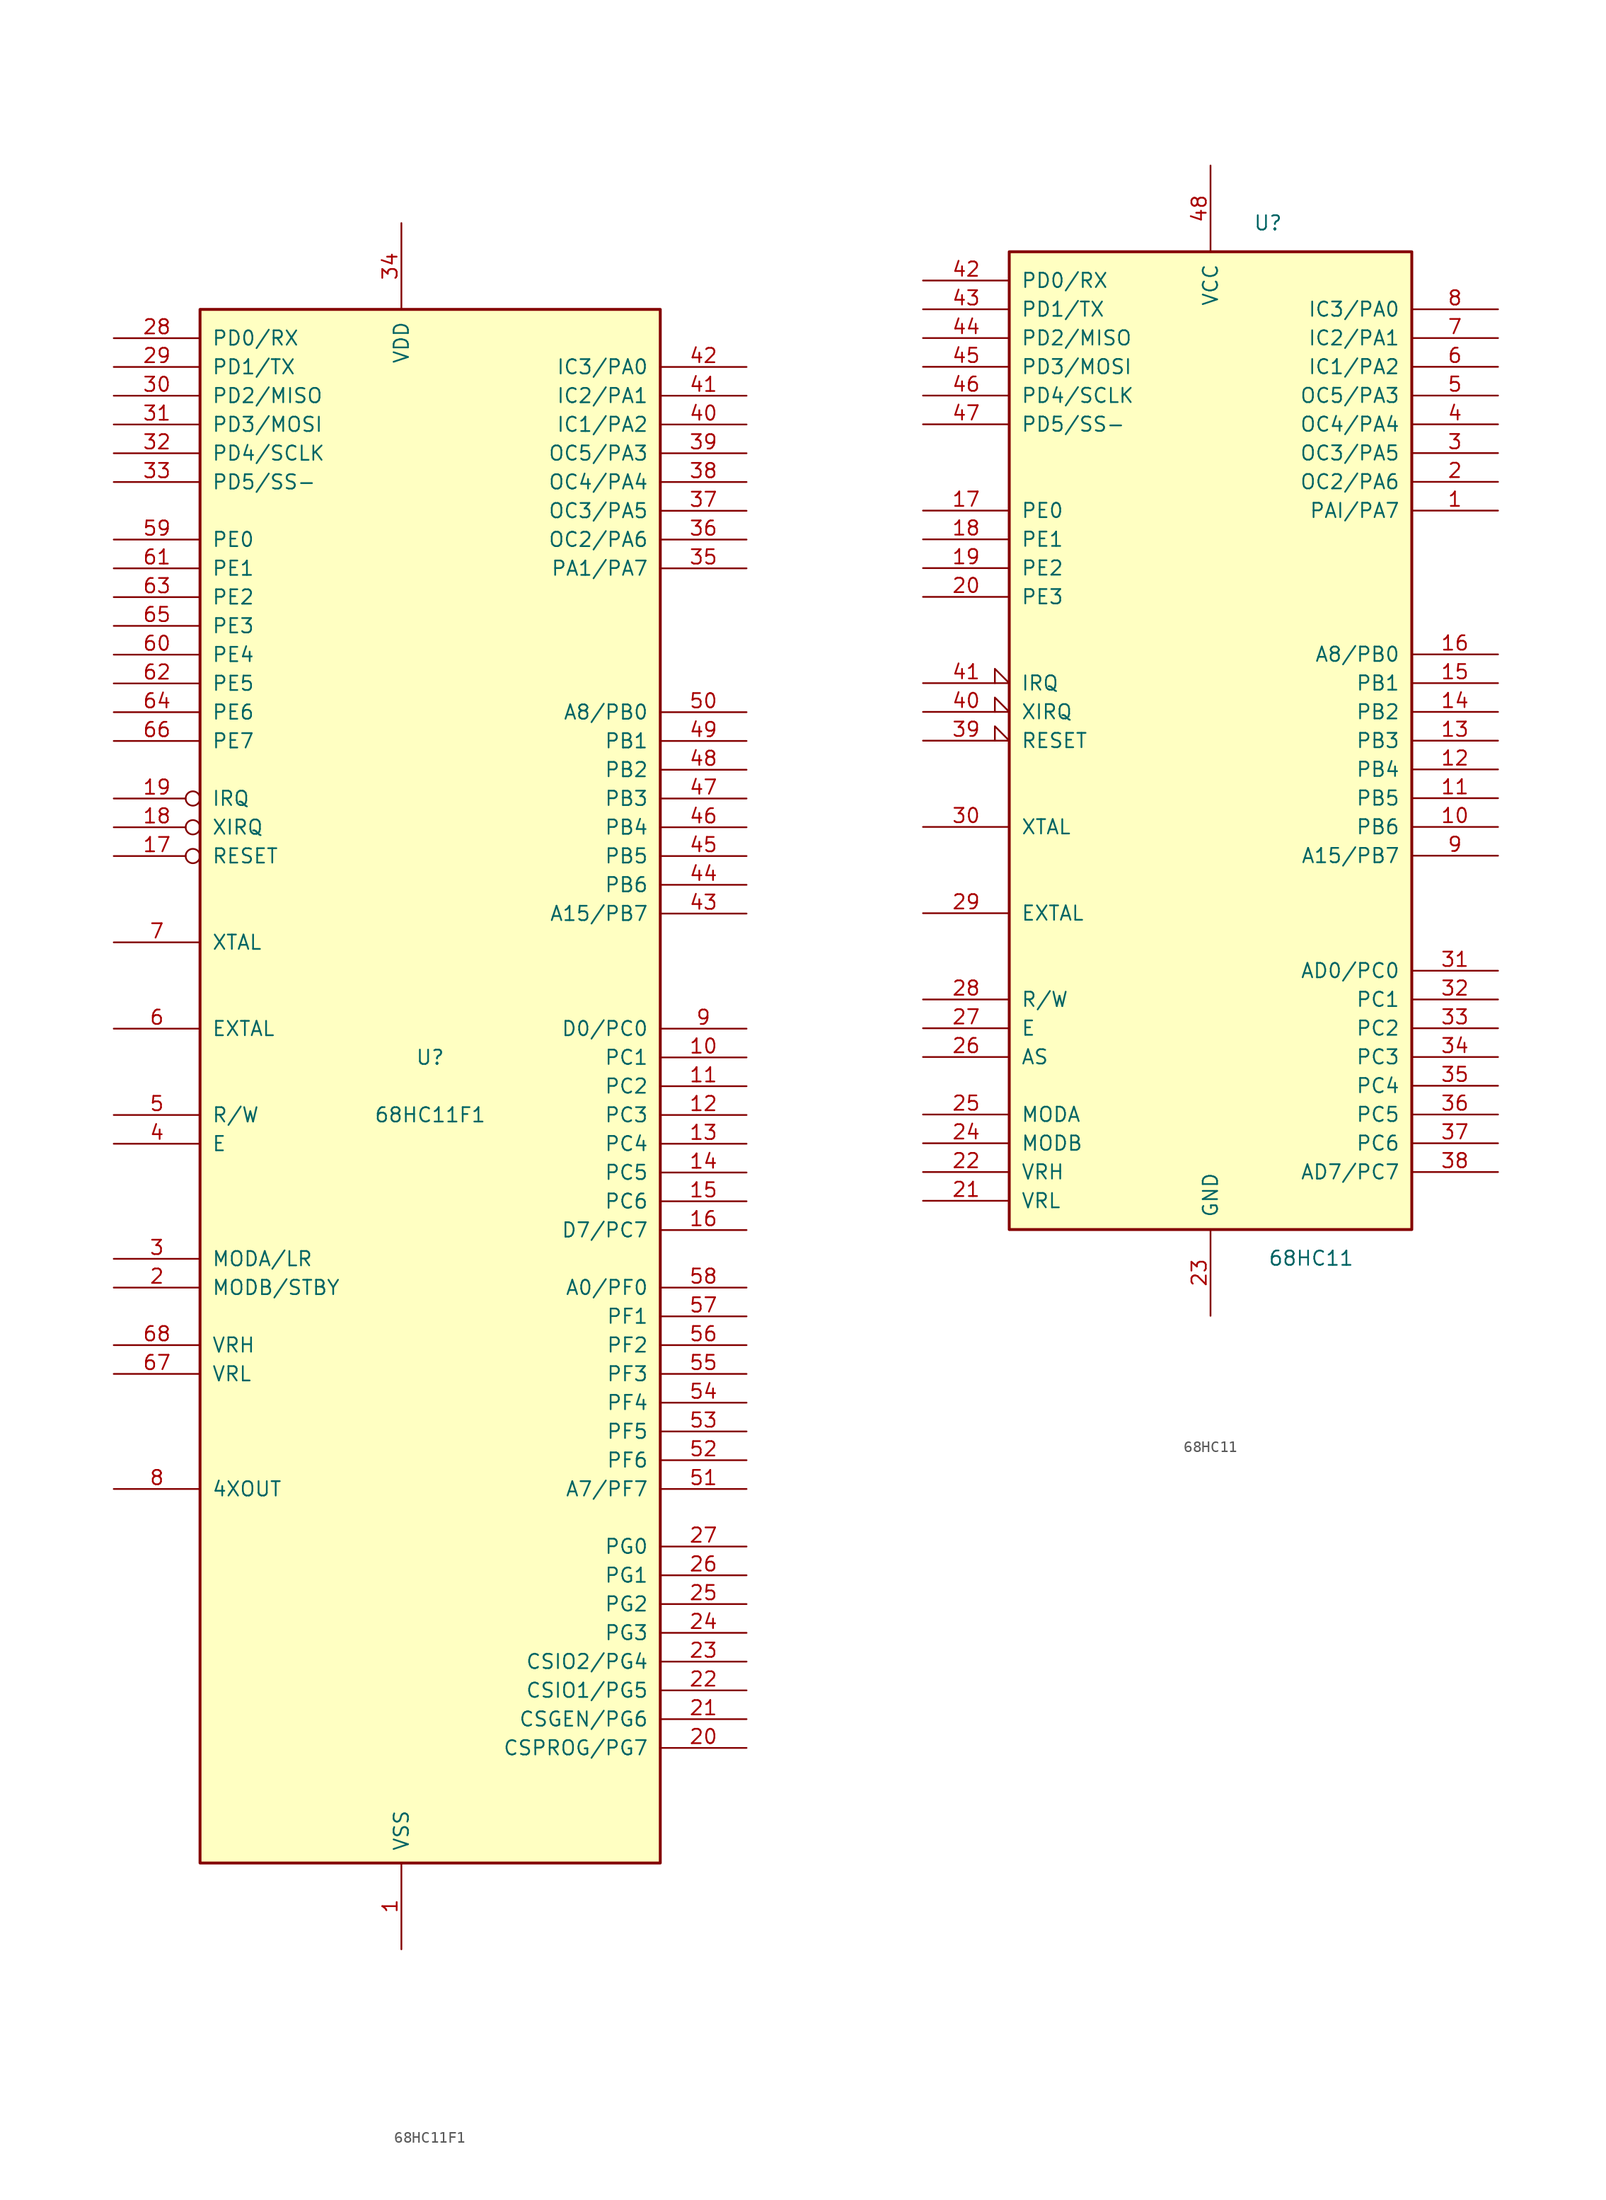
<source format=kicad_sym>
(kicad_symbol_lib
  (version 20241209)
  (generator "kicad_symbol_editor")
  (generator_version "9.0")
  (symbol "68HC11F1"
    (pin_names
      (offset 1.016))
    (property "Reference" "U"
      (at 0 2.54 0)
      (effects (font (size 1.27 1.27))))
    (property "Value" "68HC11F1"
      (at 0 -2.54 0)
      (effects (font (size 1.27 1.27))))
    (symbol "68HC11F1_0_1"
      (rectangle (start -20.32 -68.58) (end 20.32 68.58) (stroke (width 0.254) (type default)) (fill (type background))))
    (symbol "68HC11F1_1_1"
      (pin bidirectional line (at -27.94 66.04 0) (length 7.62) (name "PD0/RX" (effects (font (size 1.27 1.27)))) (number "28" (effects (font (size 1.27 1.27)))))
      (pin bidirectional line (at -27.94 63.5 0) (length 7.62) (name "PD1/TX" (effects (font (size 1.27 1.27)))) (number "29" (effects (font (size 1.27 1.27)))))
      (pin bidirectional line (at -27.94 60.96 0) (length 7.62) (name "PD2/MISO" (effects (font (size 1.27 1.27)))) (number "30" (effects (font (size 1.27 1.27)))))
      (pin bidirectional line (at -27.94 58.42 0) (length 7.62) (name "PD3/MOSI" (effects (font (size 1.27 1.27)))) (number "31" (effects (font (size 1.27 1.27)))))
      (pin bidirectional line (at -27.94 55.88 0) (length 7.62) (name "PD4/SCLK" (effects (font (size 1.27 1.27)))) (number "32" (effects (font (size 1.27 1.27)))))
      (pin bidirectional line (at -27.94 53.34 0) (length 7.62) (name "PD5/SS-" (effects (font (size 1.27 1.27)))) (number "33" (effects (font (size 1.27 1.27)))))
      (pin input line (at -27.94 48.26 0) (length 7.62) (name "PE0" (effects (font (size 1.27 1.27)))) (number "59" (effects (font (size 1.27 1.27)))))
      (pin input line (at -27.94 45.72 0) (length 7.62) (name "PE1" (effects (font (size 1.27 1.27)))) (number "61" (effects (font (size 1.27 1.27)))))
      (pin input line (at -27.94 43.18 0) (length 7.62) (name "PE2" (effects (font (size 1.27 1.27)))) (number "63" (effects (font (size 1.27 1.27)))))
      (pin input line (at -27.94 40.64 0) (length 7.62) (name "PE3" (effects (font (size 1.27 1.27)))) (number "65" (effects (font (size 1.27 1.27)))))
      (pin input line (at -27.94 38.1 0) (length 7.62) (name "PE4" (effects (font (size 1.27 1.27)))) (number "60" (effects (font (size 1.27 1.27)))))
      (pin input line (at -27.94 35.56 0) (length 7.62) (name "PE5" (effects (font (size 1.27 1.27)))) (number "62" (effects (font (size 1.27 1.27)))))
      (pin input line (at -27.94 33.02 0) (length 7.62) (name "PE6" (effects (font (size 1.27 1.27)))) (number "64" (effects (font (size 1.27 1.27)))))
      (pin input line (at -27.94 30.48 0) (length 7.62) (name "PE7" (effects (font (size 1.27 1.27)))) (number "66" (effects (font (size 1.27 1.27)))))
      (pin input inverted (at -27.94 25.4 0) (length 7.62) (name "IRQ" (effects (font (size 1.27 1.27)))) (number "19" (effects (font (size 1.27 1.27)))))
      (pin input inverted (at -27.94 22.86 0) (length 7.62) (name "XIRQ" (effects (font (size 1.27 1.27)))) (number "18" (effects (font (size 1.27 1.27)))))
      (pin input inverted (at -27.94 20.32 0) (length 7.62) (name "RESET" (effects (font (size 1.27 1.27)))) (number "17" (effects (font (size 1.27 1.27)))))
      (pin output line (at -27.94 12.7 0) (length 7.62) (name "XTAL" (effects (font (size 1.27 1.27)))) (number "7" (effects (font (size 1.27 1.27)))))
      (pin input line (at -27.94 5.08 0) (length 7.62) (name "EXTAL" (effects (font (size 1.27 1.27)))) (number "6" (effects (font (size 1.27 1.27)))))
      (pin output line (at -27.94 -2.54 0) (length 7.62) (name "R/W" (effects (font (size 1.27 1.27)))) (number "5" (effects (font (size 1.27 1.27)))))
      (pin output line (at -27.94 -5.08 0) (length 7.62) (name "E" (effects (font (size 1.27 1.27)))) (number "4" (effects (font (size 1.27 1.27)))))
      (pin input line (at -27.94 -15.24 0) (length 7.62) (name "MODA/LR" (effects (font (size 1.27 1.27)))) (number "3" (effects (font (size 1.27 1.27)))))
      (pin input line (at -27.94 -17.78 0) (length 7.62) (name "MODB/STBY" (effects (font (size 1.27 1.27)))) (number "2" (effects (font (size 1.27 1.27)))))
      (pin passive line (at -27.94 -22.86 0) (length 7.62) (name "VRH" (effects (font (size 1.27 1.27)))) (number "68" (effects (font (size 1.27 1.27)))))
      (pin passive line (at -27.94 -25.4 0) (length 7.62) (name "VRL" (effects (font (size 1.27 1.27)))) (number "67" (effects (font (size 1.27 1.27)))))
      (pin output line (at -27.94 -35.56 0) (length 7.62) (name "4XOUT" (effects (font (size 1.27 1.27)))) (number "8" (effects (font (size 1.27 1.27)))))
      (pin power_in line (at -2.54 76.2 270) (length 7.62) (name "VDD" (effects (font (size 1.27 1.27)))) (number "34" (effects (font (size 1.27 1.27)))))
      (pin power_in line (at -2.54 -76.2 90) (length 7.62) (name "VSS" (effects (font (size 1.27 1.27)))) (number "1" (effects (font (size 1.27 1.27)))))
      (pin bidirectional line (at 27.94 63.5 180) (length 7.62) (name "IC3/PA0" (effects (font (size 1.27 1.27)))) (number "42" (effects (font (size 1.27 1.27)))))
      (pin bidirectional line (at 27.94 60.96 180) (length 7.62) (name "IC2/PA1" (effects (font (size 1.27 1.27)))) (number "41" (effects (font (size 1.27 1.27)))))
      (pin bidirectional line (at 27.94 58.42 180) (length 7.62) (name "IC1/PA2" (effects (font (size 1.27 1.27)))) (number "40" (effects (font (size 1.27 1.27)))))
      (pin bidirectional line (at 27.94 55.88 180) (length 7.62) (name "OC5/PA3" (effects (font (size 1.27 1.27)))) (number "39" (effects (font (size 1.27 1.27)))))
      (pin output line (at 27.94 53.34 180) (length 7.62) (name "OC4/PA4" (effects (font (size 1.27 1.27)))) (number "38" (effects (font (size 1.27 1.27)))))
      (pin bidirectional line (at 27.94 50.8 180) (length 7.62) (name "OC3/PA5" (effects (font (size 1.27 1.27)))) (number "37" (effects (font (size 1.27 1.27)))))
      (pin bidirectional line (at 27.94 48.26 180) (length 7.62) (name "OC2/PA6" (effects (font (size 1.27 1.27)))) (number "36" (effects (font (size 1.27 1.27)))))
      (pin bidirectional line (at 27.94 45.72 180) (length 7.62) (name "PA1/PA7" (effects (font (size 1.27 1.27)))) (number "35" (effects (font (size 1.27 1.27)))))
      (pin tri_state line (at 27.94 33.02 180) (length 7.62) (name "A8/PB0" (effects (font (size 1.27 1.27)))) (number "50" (effects (font (size 1.27 1.27)))))
      (pin tri_state line (at 27.94 30.48 180) (length 7.62) (name "PB1" (effects (font (size 1.27 1.27)))) (number "49" (effects (font (size 1.27 1.27)))))
      (pin output line (at 27.94 27.94 180) (length 7.62) (name "PB2" (effects (font (size 1.27 1.27)))) (number "48" (effects (font (size 1.27 1.27)))))
      (pin output line (at 27.94 25.4 180) (length 7.62) (name "PB3" (effects (font (size 1.27 1.27)))) (number "47" (effects (font (size 1.27 1.27)))))
      (pin output line (at 27.94 22.86 180) (length 7.62) (name "PB4" (effects (font (size 1.27 1.27)))) (number "46" (effects (font (size 1.27 1.27)))))
      (pin output line (at 27.94 20.32 180) (length 7.62) (name "PB5" (effects (font (size 1.27 1.27)))) (number "45" (effects (font (size 1.27 1.27)))))
      (pin output line (at 27.94 17.78 180) (length 7.62) (name "PB6" (effects (font (size 1.27 1.27)))) (number "44" (effects (font (size 1.27 1.27)))))
      (pin output line (at 27.94 15.24 180) (length 7.62) (name "A15/PB7" (effects (font (size 1.27 1.27)))) (number "43" (effects (font (size 1.27 1.27)))))
      (pin bidirectional line (at 27.94 5.08 180) (length 7.62) (name "D0/PC0" (effects (font (size 1.27 1.27)))) (number "9" (effects (font (size 1.27 1.27)))))
      (pin bidirectional line (at 27.94 2.54 180) (length 7.62) (name "PC1" (effects (font (size 1.27 1.27)))) (number "10" (effects (font (size 1.27 1.27)))))
      (pin bidirectional line (at 27.94 0 180) (length 7.62) (name "PC2" (effects (font (size 1.27 1.27)))) (number "11" (effects (font (size 1.27 1.27)))))
      (pin input line (at 27.94 -2.54 180) (length 7.62) (name "PC3" (effects (font (size 1.27 1.27)))) (number "12" (effects (font (size 1.27 1.27)))))
      (pin bidirectional line (at 27.94 -5.08 180) (length 7.62) (name "PC4" (effects (font (size 1.27 1.27)))) (number "13" (effects (font (size 1.27 1.27)))))
      (pin bidirectional line (at 27.94 -7.62 180) (length 7.62) (name "PC5" (effects (font (size 1.27 1.27)))) (number "14" (effects (font (size 1.27 1.27)))))
      (pin bidirectional line (at 27.94 -10.16 180) (length 7.62) (name "PC6" (effects (font (size 1.27 1.27)))) (number "15" (effects (font (size 1.27 1.27)))))
      (pin bidirectional line (at 27.94 -12.7 180) (length 7.62) (name "D7/PC7" (effects (font (size 1.27 1.27)))) (number "16" (effects (font (size 1.27 1.27)))))
      (pin bidirectional line (at 27.94 -17.78 180) (length 7.62) (name "A0/PF0" (effects (font (size 1.27 1.27)))) (number "58" (effects (font (size 1.27 1.27)))))
      (pin bidirectional line (at 27.94 -20.32 180) (length 7.62) (name "PF1" (effects (font (size 1.27 1.27)))) (number "57" (effects (font (size 1.27 1.27)))))
      (pin bidirectional line (at 27.94 -22.86 180) (length 7.62) (name "PF2" (effects (font (size 1.27 1.27)))) (number "56" (effects (font (size 1.27 1.27)))))
      (pin bidirectional line (at 27.94 -25.4 180) (length 7.62) (name "PF3" (effects (font (size 1.27 1.27)))) (number "55" (effects (font (size 1.27 1.27)))))
      (pin bidirectional line (at 27.94 -27.94 180) (length 7.62) (name "PF4" (effects (font (size 1.27 1.27)))) (number "54" (effects (font (size 1.27 1.27)))))
      (pin bidirectional line (at 27.94 -30.48 180) (length 7.62) (name "PF5" (effects (font (size 1.27 1.27)))) (number "53" (effects (font (size 1.27 1.27)))))
      (pin bidirectional line (at 27.94 -33.02 180) (length 7.62) (name "PF6" (effects (font (size 1.27 1.27)))) (number "52" (effects (font (size 1.27 1.27)))))
      (pin bidirectional line (at 27.94 -35.56 180) (length 7.62) (name "A7/PF7" (effects (font (size 1.27 1.27)))) (number "51" (effects (font (size 1.27 1.27)))))
      (pin bidirectional line (at 27.94 -40.64 180) (length 7.62) (name "PG0" (effects (font (size 1.27 1.27)))) (number "27" (effects (font (size 1.27 1.27)))))
      (pin bidirectional line (at 27.94 -43.18 180) (length 7.62) (name "PG1" (effects (font (size 1.27 1.27)))) (number "26" (effects (font (size 1.27 1.27)))))
      (pin bidirectional line (at 27.94 -45.72 180) (length 7.62) (name "PG2" (effects (font (size 1.27 1.27)))) (number "25" (effects (font (size 1.27 1.27)))))
      (pin input line (at 27.94 -48.26 180) (length 7.62) (name "PG3" (effects (font (size 1.27 1.27)))) (number "24" (effects (font (size 1.27 1.27)))))
      (pin bidirectional line (at 27.94 -50.8 180) (length 7.62) (name "CSIO2/PG4" (effects (font (size 1.27 1.27)))) (number "23" (effects (font (size 1.27 1.27)))))
      (pin bidirectional line (at 27.94 -53.34 180) (length 7.62) (name "CSIO1/PG5" (effects (font (size 1.27 1.27)))) (number "22" (effects (font (size 1.27 1.27)))))
      (pin bidirectional line (at 27.94 -55.88 180) (length 7.62) (name "CSGEN/PG6" (effects (font (size 1.27 1.27)))) (number "21" (effects (font (size 1.27 1.27)))))
      (pin bidirectional line (at 27.94 -58.42 180) (length 7.62) (name "CSPROG/PG7" (effects (font (size 1.27 1.27)))) (number "20" (effects (font (size 1.27 1.27)))))))
  (symbol "68HC11"
    (pin_names
      (offset 1.016))
    (property "Reference" "U"
      (at 5.08 45.72 0)
      (effects (font (size 1.27 1.27))))
    (property "Value" "68HC11"
      (at 8.89 -45.72 0)
      (effects (font (size 1.27 1.27))))
    (symbol "68HC11_0_1"
      (rectangle (start -17.78 -43.18) (end 17.78 43.18) (stroke (width 0.254) (type default)) (fill (type background))))
    (symbol "68HC11_1_1"
      (pin input line (at -25.4 40.64 0) (length 7.62) (name "PD0/RX" (effects (font (size 1.27 1.27)))) (number "42" (effects (font (size 1.27 1.27)))))
      (pin input line (at -25.4 38.1 0) (length 7.62) (name "PD1/TX" (effects (font (size 1.27 1.27)))) (number "43" (effects (font (size 1.27 1.27)))))
      (pin input line (at -25.4 35.56 0) (length 7.62) (name "PD2/MISO" (effects (font (size 1.27 1.27)))) (number "44" (effects (font (size 1.27 1.27)))))
      (pin input line (at -25.4 33.02 0) (length 7.62) (name "PD3/MOSI" (effects (font (size 1.27 1.27)))) (number "45" (effects (font (size 1.27 1.27)))))
      (pin input line (at -25.4 30.48 0) (length 7.62) (name "PD4/SCLK" (effects (font (size 1.27 1.27)))) (number "46" (effects (font (size 1.27 1.27)))))
      (pin input line (at -25.4 27.94 0) (length 7.62) (name "PD5/SS-" (effects (font (size 1.27 1.27)))) (number "47" (effects (font (size 1.27 1.27)))))
      (pin input line (at -25.4 20.32 0) (length 7.62) (name "PE0" (effects (font (size 1.27 1.27)))) (number "17" (effects (font (size 1.27 1.27)))))
      (pin input line (at -25.4 17.78 0) (length 7.62) (name "PE1" (effects (font (size 1.27 1.27)))) (number "18" (effects (font (size 1.27 1.27)))))
      (pin input line (at -25.4 15.24 0) (length 7.62) (name "PE2" (effects (font (size 1.27 1.27)))) (number "19" (effects (font (size 1.27 1.27)))))
      (pin input line (at -25.4 12.7 0) (length 7.62) (name "PE3" (effects (font (size 1.27 1.27)))) (number "20" (effects (font (size 1.27 1.27)))))
      (pin input input_low (at -25.4 5.08 0) (length 7.62) (name "IRQ" (effects (font (size 1.27 1.27)))) (number "41" (effects (font (size 1.27 1.27)))))
      (pin input input_low (at -25.4 2.54 0) (length 7.62) (name "XIRQ" (effects (font (size 1.27 1.27)))) (number "40" (effects (font (size 1.27 1.27)))))
      (pin input input_low (at -25.4 0 0) (length 7.62) (name "RESET" (effects (font (size 1.27 1.27)))) (number "39" (effects (font (size 1.27 1.27)))))
      (pin output line (at -25.4 -7.62 0) (length 7.62) (name "XTAL" (effects (font (size 1.27 1.27)))) (number "30" (effects (font (size 1.27 1.27)))))
      (pin input line (at -25.4 -15.24 0) (length 7.62) (name "EXTAL" (effects (font (size 1.27 1.27)))) (number "29" (effects (font (size 1.27 1.27)))))
      (pin output line (at -25.4 -22.86 0) (length 7.62) (name "R/W" (effects (font (size 1.27 1.27)))) (number "28" (effects (font (size 1.27 1.27)))))
      (pin output line (at -25.4 -25.4 0) (length 7.62) (name "E" (effects (font (size 1.27 1.27)))) (number "27" (effects (font (size 1.27 1.27)))))
      (pin output line (at -25.4 -27.94 0) (length 7.62) (name "AS" (effects (font (size 1.27 1.27)))) (number "26" (effects (font (size 1.27 1.27)))))
      (pin input line (at -25.4 -33.02 0) (length 7.62) (name "MODA" (effects (font (size 1.27 1.27)))) (number "25" (effects (font (size 1.27 1.27)))))
      (pin input line (at -25.4 -35.56 0) (length 7.62) (name "MODB" (effects (font (size 1.27 1.27)))) (number "24" (effects (font (size 1.27 1.27)))))
      (pin passive line (at -25.4 -38.1 0) (length 7.62) (name "VRH" (effects (font (size 1.27 1.27)))) (number "22" (effects (font (size 1.27 1.27)))))
      (pin passive line (at -25.4 -40.64 0) (length 7.62) (name "VRL" (effects (font (size 1.27 1.27)))) (number "21" (effects (font (size 1.27 1.27)))))
      (pin power_in line (at 0 50.8 270) (length 7.62) (name "VCC" (effects (font (size 1.27 1.27)))) (number "48" (effects (font (size 1.27 1.27)))))
      (pin power_in line (at 0 -50.8 90) (length 7.62) (name "GND" (effects (font (size 1.27 1.27)))) (number "23" (effects (font (size 1.27 1.27)))))
      (pin input line (at 25.4 38.1 180) (length 7.62) (name "IC3/PA0" (effects (font (size 1.27 1.27)))) (number "8" (effects (font (size 1.27 1.27)))))
      (pin input line (at 25.4 35.56 180) (length 7.62) (name "IC2/PA1" (effects (font (size 1.27 1.27)))) (number "7" (effects (font (size 1.27 1.27)))))
      (pin input line (at 25.4 33.02 180) (length 7.62) (name "IC1/PA2" (effects (font (size 1.27 1.27)))) (number "6" (effects (font (size 1.27 1.27)))))
      (pin output line (at 25.4 30.48 180) (length 7.62) (name "OC5/PA3" (effects (font (size 1.27 1.27)))) (number "5" (effects (font (size 1.27 1.27)))))
      (pin output line (at 25.4 27.94 180) (length 7.62) (name "OC4/PA4" (effects (font (size 1.27 1.27)))) (number "4" (effects (font (size 1.27 1.27)))))
      (pin output line (at 25.4 25.4 180) (length 7.62) (name "OC3/PA5" (effects (font (size 1.27 1.27)))) (number "3" (effects (font (size 1.27 1.27)))))
      (pin output line (at 25.4 22.86 180) (length 7.62) (name "OC2/PA6" (effects (font (size 1.27 1.27)))) (number "2" (effects (font (size 1.27 1.27)))))
      (pin input line (at 25.4 20.32 180) (length 7.62) (name "PAI/PA7" (effects (font (size 1.27 1.27)))) (number "1" (effects (font (size 1.27 1.27)))))
      (pin output line (at 25.4 7.62 180) (length 7.62) (name "A8/PB0" (effects (font (size 1.27 1.27)))) (number "16" (effects (font (size 1.27 1.27)))))
      (pin output line (at 25.4 5.08 180) (length 7.62) (name "PB1" (effects (font (size 1.27 1.27)))) (number "15" (effects (font (size 1.27 1.27)))))
      (pin output line (at 25.4 2.54 180) (length 7.62) (name "PB2" (effects (font (size 1.27 1.27)))) (number "14" (effects (font (size 1.27 1.27)))))
      (pin output line (at 25.4 0 180) (length 7.62) (name "PB3" (effects (font (size 1.27 1.27)))) (number "13" (effects (font (size 1.27 1.27)))))
      (pin output line (at 25.4 -2.54 180) (length 7.62) (name "PB4" (effects (font (size 1.27 1.27)))) (number "12" (effects (font (size 1.27 1.27)))))
      (pin output line (at 25.4 -5.08 180) (length 7.62) (name "PB5" (effects (font (size 1.27 1.27)))) (number "11" (effects (font (size 1.27 1.27)))))
      (pin output line (at 25.4 -7.62 180) (length 7.62) (name "PB6" (effects (font (size 1.27 1.27)))) (number "10" (effects (font (size 1.27 1.27)))))
      (pin output line (at 25.4 -10.16 180) (length 7.62) (name "A15/PB7" (effects (font (size 1.27 1.27)))) (number "9" (effects (font (size 1.27 1.27)))))
      (pin tri_state line (at 25.4 -20.32 180) (length 7.62) (name "AD0/PC0" (effects (font (size 1.27 1.27)))) (number "31" (effects (font (size 1.27 1.27)))))
      (pin tri_state line (at 25.4 -22.86 180) (length 7.62) (name "PC1" (effects (font (size 1.27 1.27)))) (number "32" (effects (font (size 1.27 1.27)))))
      (pin tri_state line (at 25.4 -25.4 180) (length 7.62) (name "PC2" (effects (font (size 1.27 1.27)))) (number "33" (effects (font (size 1.27 1.27)))))
      (pin tri_state line (at 25.4 -27.94 180) (length 7.62) (name "PC3" (effects (font (size 1.27 1.27)))) (number "34" (effects (font (size 1.27 1.27)))))
      (pin tri_state line (at 25.4 -30.48 180) (length 7.62) (name "PC4" (effects (font (size 1.27 1.27)))) (number "35" (effects (font (size 1.27 1.27)))))
      (pin tri_state line (at 25.4 -33.02 180) (length 7.62) (name "PC5" (effects (font (size 1.27 1.27)))) (number "36" (effects (font (size 1.27 1.27)))))
      (pin tri_state line (at 25.4 -35.56 180) (length 7.62) (name "PC6" (effects (font (size 1.27 1.27)))) (number "37" (effects (font (size 1.27 1.27)))))
      (pin tri_state line (at 25.4 -38.1 180) (length 7.62) (name "AD7/PC7" (effects (font (size 1.27 1.27)))) (number "38" (effects (font (size 1.27 1.27))))))))
</source>
